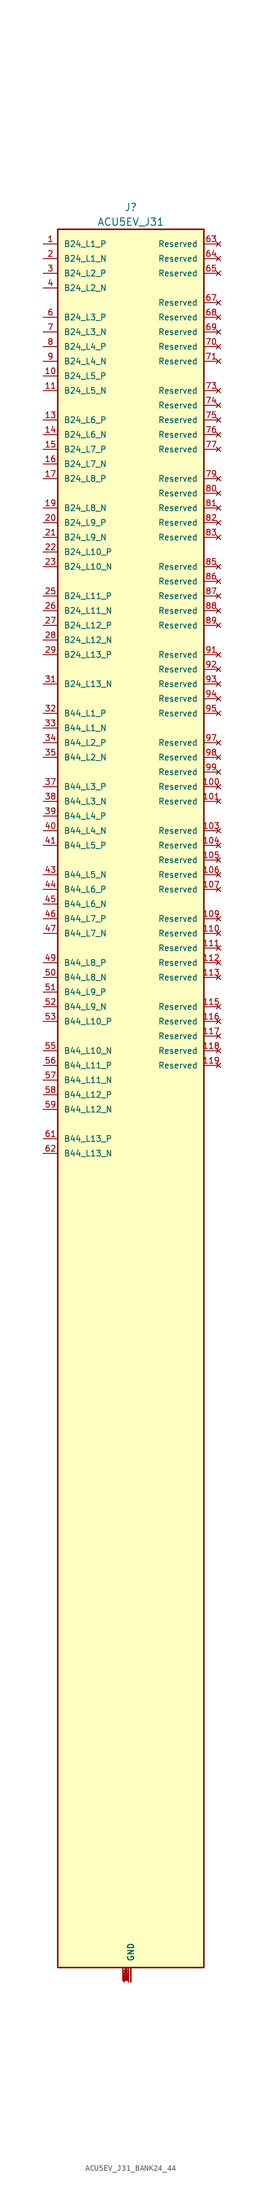
<source format=kicad_sym>
(kicad_symbol_lib
  (version 20231120)
  (generator "kicad_symbol_editor")
  (generator_version "8.0")
  (symbol "ACU5EV_J31_BANK24_44"
    (pin_names
      (offset 1.016))
    (property "Reference" "J"
      (at 0 152.4 0)
      (effects (font (size 1.27 1.27))))
    (property "Value" "ACU5EV_J31"
      (at 0 149.86 0)
      (effects (font (size 1.27 1.27))))
    (symbol "ACU5EV_J31_BANK24_44_0_1"
      (rectangle (start -12.7 148.59) (end 12.7 -152.4) (stroke (width 0.254) (type default)) (fill (type background))))
    (symbol "ACU5EV_J31_BANK24_44_1_1"
      (pin bidirectional line (at -15.24 146.05 0) (length 2.54) (name "B24_L1_P" (effects (font (size 1.016 1.016)))) (number "1" (effects (font (size 1.016 1.016)))))
      (pin bidirectional line (at -15.24 123.19 0) (length 2.54) (name "B24_L5_P" (effects (font (size 1.016 1.016)))) (number "10" (effects (font (size 1.016 1.016)))))
      (pin bidirectional line (at -15.24 120.65 0) (length 2.54) (name "B24_L5_N" (effects (font (size 1.016 1.016)))) (number "11" (effects (font (size 1.016 1.016)))))
      (pin power_in line (at 0 -154.94 90) (length 2.54) (name "GND" (effects (font (size 1.016 1.016)))) (number "12" (effects (font (size 1.016 1.016)))))
      (pin bidirectional line (at -15.24 115.57 0) (length 2.54) (name "B24_L6_P" (effects (font (size 1.016 1.016)))) (number "13" (effects (font (size 1.016 1.016)))))
      (pin bidirectional line (at -15.24 113.03 0) (length 2.54) (name "B24_L6_N" (effects (font (size 1.016 1.016)))) (number "14" (effects (font (size 1.016 1.016)))))
      (pin bidirectional line (at -15.24 110.49 0) (length 2.54) (name "B24_L7_P" (effects (font (size 1.016 1.016)))) (number "15" (effects (font (size 1.016 1.016)))))
      (pin bidirectional line (at -15.24 107.95 0) (length 2.54) (name "B24_L7_N" (effects (font (size 1.016 1.016)))) (number "16" (effects (font (size 1.016 1.016)))))
      (pin bidirectional line (at -15.24 105.41 0) (length 2.54) (name "B24_L8_P" (effects (font (size 1.016 1.016)))) (number "17" (effects (font (size 1.016 1.016)))))
      (pin power_in line (at 0 -154.94 90) (length 2.54) (name "GND" (effects (font (size 1.016 1.016)))) (number "18" (effects (font (size 1.016 1.016)))))
      (pin bidirectional line (at -15.24 100.33 0) (length 2.54) (name "B24_L8_N" (effects (font (size 1.016 1.016)))) (number "19" (effects (font (size 1.016 1.016)))))
      (pin bidirectional line (at -15.24 143.51 0) (length 2.54) (name "B24_L1_N" (effects (font (size 1.016 1.016)))) (number "2" (effects (font (size 1.016 1.016)))))
      (pin bidirectional line (at -15.24 97.79 0) (length 2.54) (name "B24_L9_P" (effects (font (size 1.016 1.016)))) (number "20" (effects (font (size 1.016 1.016)))))
      (pin bidirectional line (at -15.24 95.25 0) (length 2.54) (name "B24_L9_N" (effects (font (size 1.016 1.016)))) (number "21" (effects (font (size 1.016 1.016)))))
      (pin bidirectional line (at -15.24 92.71 0) (length 2.54) (name "B24_L10_P" (effects (font (size 1.016 1.016)))) (number "22" (effects (font (size 1.016 1.016)))))
      (pin bidirectional line (at -15.24 90.17 0) (length 2.54) (name "B24_L10_N" (effects (font (size 1.016 1.016)))) (number "23" (effects (font (size 1.016 1.016)))))
      (pin power_in line (at 0 -154.94 90) (length 2.54) (name "GND" (effects (font (size 1.016 1.016)))) (number "24" (effects (font (size 1.016 1.016)))))
      (pin bidirectional line (at -15.24 85.09 0) (length 2.54) (name "B24_L11_P" (effects (font (size 1.016 1.016)))) (number "25" (effects (font (size 1.016 1.016)))))
      (pin bidirectional line (at -15.24 82.55 0) (length 2.54) (name "B24_L11_N" (effects (font (size 1.016 1.016)))) (number "26" (effects (font (size 1.016 1.016)))))
      (pin bidirectional line (at -15.24 80.01 0) (length 2.54) (name "B24_L12_P" (effects (font (size 1.016 1.016)))) (number "27" (effects (font (size 1.016 1.016)))))
      (pin bidirectional line (at -15.24 77.47 0) (length 2.54) (name "B24_L12_N" (effects (font (size 1.016 1.016)))) (number "28" (effects (font (size 1.016 1.016)))))
      (pin bidirectional line (at -15.24 74.93 0) (length 2.54) (name "B24_L13_P" (effects (font (size 1.016 1.016)))) (number "29" (effects (font (size 1.016 1.016)))))
      (pin bidirectional line (at -15.24 140.97 0) (length 2.54) (name "B24_L2_P" (effects (font (size 1.016 1.016)))) (number "3" (effects (font (size 1.016 1.016)))))
      (pin power_in line (at 0 -154.94 90) (length 2.54) (name "GND" (effects (font (size 1.016 1.016)))) (number "30" (effects (font (size 1.016 1.016)))))
      (pin bidirectional line (at -15.24 69.85 0) (length 2.54) (name "B24_L13_N" (effects (font (size 1.016 1.016)))) (number "31" (effects (font (size 1.016 1.016)))))
      (pin bidirectional line (at -15.24 64.77 0) (length 2.54) (name "B44_L1_P" (effects (font (size 1.016 1.016)))) (number "32" (effects (font (size 1.016 1.016)))))
      (pin bidirectional line (at -15.24 62.23 0) (length 2.54) (name "B44_L1_N" (effects (font (size 1.016 1.016)))) (number "33" (effects (font (size 1.016 1.016)))))
      (pin bidirectional line (at -15.24 59.69 0) (length 2.54) (name "B44_L2_P" (effects (font (size 1.016 1.016)))) (number "34" (effects (font (size 1.016 1.016)))))
      (pin bidirectional line (at -15.24 57.15 0) (length 2.54) (name "B44_L2_N" (effects (font (size 1.016 1.016)))) (number "35" (effects (font (size 1.016 1.016)))))
      (pin power_in line (at 0 -154.94 90) (length 2.54) (name "GND" (effects (font (size 1.016 1.016)))) (number "36" (effects (font (size 1.016 1.016)))))
      (pin bidirectional line (at -15.24 52.07 0) (length 2.54) (name "B44_L3_P" (effects (font (size 1.016 1.016)))) (number "37" (effects (font (size 1.016 1.016)))))
      (pin bidirectional line (at -15.24 49.53 0) (length 2.54) (name "B44_L3_N" (effects (font (size 1.016 1.016)))) (number "38" (effects (font (size 1.016 1.016)))))
      (pin bidirectional line (at -15.24 46.99 0) (length 2.54) (name "B44_L4_P" (effects (font (size 1.016 1.016)))) (number "39" (effects (font (size 1.016 1.016)))))
      (pin bidirectional line (at -15.24 138.43 0) (length 2.54) (name "B24_L2_N" (effects (font (size 1.016 1.016)))) (number "4" (effects (font (size 1.016 1.016)))))
      (pin bidirectional line (at -15.24 44.45 0) (length 2.54) (name "B44_L4_N" (effects (font (size 1.016 1.016)))) (number "40" (effects (font (size 1.016 1.016)))))
      (pin bidirectional line (at -15.24 41.91 0) (length 2.54) (name "B44_L5_P" (effects (font (size 1.016 1.016)))) (number "41" (effects (font (size 1.016 1.016)))))
      (pin power_in line (at 0 -154.94 90) (length 2.54) (name "GND" (effects (font (size 1.016 1.016)))) (number "42" (effects (font (size 1.016 1.016)))))
      (pin bidirectional line (at -15.24 36.83 0) (length 2.54) (name "B44_L5_N" (effects (font (size 1.016 1.016)))) (number "43" (effects (font (size 1.016 1.016)))))
      (pin bidirectional line (at -15.24 34.29 0) (length 2.54) (name "B44_L6_P" (effects (font (size 1.016 1.016)))) (number "44" (effects (font (size 1.016 1.016)))))
      (pin bidirectional line (at -15.24 31.75 0) (length 2.54) (name "B44_L6_N" (effects (font (size 1.016 1.016)))) (number "45" (effects (font (size 1.016 1.016)))))
      (pin bidirectional line (at -15.24 29.21 0) (length 2.54) (name "B44_L7_P" (effects (font (size 1.016 1.016)))) (number "46" (effects (font (size 1.016 1.016)))))
      (pin bidirectional line (at -15.24 26.67 0) (length 2.54) (name "B44_L7_N" (effects (font (size 1.016 1.016)))) (number "47" (effects (font (size 1.016 1.016)))))
      (pin power_in line (at 0 -154.94 90) (length 2.54) (name "GND" (effects (font (size 1.016 1.016)))) (number "48" (effects (font (size 1.016 1.016)))))
      (pin bidirectional line (at -15.24 21.59 0) (length 2.54) (name "B44_L8_P" (effects (font (size 1.016 1.016)))) (number "49" (effects (font (size 1.016 1.016)))))
      (pin power_in line (at 0 -154.94 90) (length 2.54) (name "GND" (effects (font (size 1.016 1.016)))) (number "5" (effects (font (size 1.016 1.016)))))
      (pin bidirectional line (at -15.24 19.05 0) (length 2.54) (name "B44_L8_N" (effects (font (size 1.016 1.016)))) (number "50" (effects (font (size 1.016 1.016)))))
      (pin bidirectional line (at -15.24 16.51 0) (length 2.54) (name "B44_L9_P" (effects (font (size 1.016 1.016)))) (number "51" (effects (font (size 1.016 1.016)))))
      (pin bidirectional line (at -15.24 13.97 0) (length 2.54) (name "B44_L9_N" (effects (font (size 1.016 1.016)))) (number "52" (effects (font (size 1.016 1.016)))))
      (pin bidirectional line (at -15.24 11.43 0) (length 2.54) (name "B44_L10_P" (effects (font (size 1.016 1.016)))) (number "53" (effects (font (size 1.016 1.016)))))
      (pin power_in line (at 0 -154.94 90) (length 2.54) (name "GND" (effects (font (size 1.016 1.016)))) (number "54" (effects (font (size 1.016 1.016)))))
      (pin bidirectional line (at -15.24 6.35 0) (length 2.54) (name "B44_L10_N" (effects (font (size 1.016 1.016)))) (number "55" (effects (font (size 1.016 1.016)))))
      (pin bidirectional line (at -15.24 3.81 0) (length 2.54) (name "B44_L11_P" (effects (font (size 1.016 1.016)))) (number "56" (effects (font (size 1.016 1.016)))))
      (pin bidirectional line (at -15.24 1.27 0) (length 2.54) (name "B44_L11_N" (effects (font (size 1.016 1.016)))) (number "57" (effects (font (size 1.016 1.016)))))
      (pin bidirectional line (at -15.24 -1.27 0) (length 2.54) (name "B44_L12_P" (effects (font (size 1.016 1.016)))) (number "58" (effects (font (size 1.016 1.016)))))
      (pin bidirectional line (at -15.24 -3.81 0) (length 2.54) (name "B44_L12_N" (effects (font (size 1.016 1.016)))) (number "59" (effects (font (size 1.016 1.016)))))
      (pin bidirectional line (at -15.24 133.35 0) (length 2.54) (name "B24_L3_P" (effects (font (size 1.016 1.016)))) (number "6" (effects (font (size 1.016 1.016)))))
      (pin power_in line (at 0 -154.94 90) (length 2.54) (name "GND" (effects (font (size 1.016 1.016)))) (number "60" (effects (font (size 1.016 1.016)))))
      (pin bidirectional line (at -15.24 -8.89 0) (length 2.54) (name "B44_L13_P" (effects (font (size 1.016 1.016)))) (number "61" (effects (font (size 1.016 1.016)))))
      (pin bidirectional line (at -15.24 -11.43 0) (length 2.54) (name "B44_L13_N" (effects (font (size 1.016 1.016)))) (number "62" (effects (font (size 1.016 1.016)))))
      (pin no_connect line (at 15.24 146.05 180) (length 2.54) (name "Reserved" (effects (font (size 1.016 1.016)))) (number "63" (effects (font (size 1.016 1.016)))))
      (pin no_connect line (at 15.24 143.51 180) (length 2.54) (name "Reserved" (effects (font (size 1.016 1.016)))) (number "64" (effects (font (size 1.016 1.016)))))
      (pin no_connect line (at 15.24 140.97 180) (length 2.54) (name "Reserved" (effects (font (size 1.016 1.016)))) (number "65" (effects (font (size 1.016 1.016)))))
      (pin power_in line (at 0 -154.94 90) (length 2.54) (name "GND" (effects (font (size 1.016 1.016)))) (number "66" (effects (font (size 1.016 1.016)))))
      (pin no_connect line (at 15.24 135.89 180) (length 2.54) (name "Reserved" (effects (font (size 1.016 1.016)))) (number "67" (effects (font (size 1.016 1.016)))))
      (pin no_connect line (at 15.24 133.35 180) (length 2.54) (name "Reserved" (effects (font (size 1.016 1.016)))) (number "68" (effects (font (size 1.016 1.016)))))
      (pin no_connect line (at 15.24 130.81 180) (length 2.54) (name "Reserved" (effects (font (size 1.016 1.016)))) (number "69" (effects (font (size 1.016 1.016)))))
      (pin bidirectional line (at -15.24 130.81 0) (length 2.54) (name "B24_L3_N" (effects (font (size 1.016 1.016)))) (number "7" (effects (font (size 1.016 1.016)))))
      (pin no_connect line (at 15.24 128.27 180) (length 2.54) (name "Reserved" (effects (font (size 1.016 1.016)))) (number "70" (effects (font (size 1.016 1.016)))))
      (pin no_connect line (at 15.24 125.73 180) (length 2.54) (name "Reserved" (effects (font (size 1.016 1.016)))) (number "71" (effects (font (size 1.016 1.016)))))
      (pin power_in line (at 0 -154.94 90) (length 2.54) (name "GND" (effects (font (size 1.016 1.016)))) (number "72" (effects (font (size 1.016 1.016)))))
      (pin no_connect line (at 15.24 120.65 180) (length 2.54) (name "Reserved" (effects (font (size 1.016 1.016)))) (number "73" (effects (font (size 1.016 1.016)))))
      (pin no_connect line (at 15.24 118.11 180) (length 2.54) (name "Reserved" (effects (font (size 1.016 1.016)))) (number "74" (effects (font (size 1.016 1.016)))))
      (pin no_connect line (at 15.24 115.57 180) (length 2.54) (name "Reserved" (effects (font (size 1.016 1.016)))) (number "75" (effects (font (size 1.016 1.016)))))
      (pin no_connect line (at 15.24 113.03 180) (length 2.54) (name "Reserved" (effects (font (size 1.016 1.016)))) (number "76" (effects (font (size 1.016 1.016)))))
      (pin no_connect line (at 15.24 110.49 180) (length 2.54) (name "Reserved" (effects (font (size 1.016 1.016)))) (number "77" (effects (font (size 1.016 1.016)))))
      (pin power_in line (at 0 -154.94 90) (length 2.54) (name "GND" (effects (font (size 1.016 1.016)))) (number "78" (effects (font (size 1.016 1.016)))))
      (pin no_connect line (at 15.24 105.41 180) (length 2.54) (name "Reserved" (effects (font (size 1.016 1.016)))) (number "79" (effects (font (size 1.016 1.016)))))
      (pin bidirectional line (at -15.24 128.27 0) (length 2.54) (name "B24_L4_P" (effects (font (size 1.016 1.016)))) (number "8" (effects (font (size 1.016 1.016)))))
      (pin no_connect line (at 15.24 102.87 180) (length 2.54) (name "Reserved" (effects (font (size 1.016 1.016)))) (number "80" (effects (font (size 1.016 1.016)))))
      (pin no_connect line (at 15.24 100.33 180) (length 2.54) (name "Reserved" (effects (font (size 1.016 1.016)))) (number "81" (effects (font (size 1.016 1.016)))))
      (pin no_connect line (at 15.24 97.79 180) (length 2.54) (name "Reserved" (effects (font (size 1.016 1.016)))) (number "82" (effects (font (size 1.016 1.016)))))
      (pin no_connect line (at 15.24 95.25 180) (length 2.54) (name "Reserved" (effects (font (size 1.016 1.016)))) (number "83" (effects (font (size 1.016 1.016)))))
      (pin power_in line (at 0 -154.94 90) (length 2.54) (name "GND" (effects (font (size 1.016 1.016)))) (number "84" (effects (font (size 1.016 1.016)))))
      (pin no_connect line (at 15.24 90.17 180) (length 2.54) (name "Reserved" (effects (font (size 1.016 1.016)))) (number "85" (effects (font (size 1.016 1.016)))))
      (pin no_connect line (at 15.24 87.63 180) (length 2.54) (name "Reserved" (effects (font (size 1.016 1.016)))) (number "86" (effects (font (size 1.016 1.016)))))
      (pin no_connect line (at 15.24 85.09 180) (length 2.54) (name "Reserved" (effects (font (size 1.016 1.016)))) (number "87" (effects (font (size 1.016 1.016)))))
      (pin no_connect line (at 15.24 82.55 180) (length 2.54) (name "Reserved" (effects (font (size 1.016 1.016)))) (number "88" (effects (font (size 1.016 1.016)))))
      (pin no_connect line (at 15.24 80.01 180) (length 2.54) (name "Reserved" (effects (font (size 1.016 1.016)))) (number "89" (effects (font (size 1.016 1.016)))))
      (pin bidirectional line (at -15.24 125.73 0) (length 2.54) (name "B24_L4_N" (effects (font (size 1.016 1.016)))) (number "9" (effects (font (size 1.016 1.016)))))
      (pin power_in line (at 0 -154.94 90) (length 2.54) (name "GND" (effects (font (size 1.016 1.016)))) (number "90" (effects (font (size 1.016 1.016)))))
      (pin no_connect line (at 15.24 74.93 180) (length 2.54) (name "Reserved" (effects (font (size 1.016 1.016)))) (number "91" (effects (font (size 1.016 1.016)))))
      (pin no_connect line (at 15.24 72.39 180) (length 2.54) (name "Reserved" (effects (font (size 1.016 1.016)))) (number "92" (effects (font (size 1.016 1.016)))))
      (pin no_connect line (at 15.24 69.85 180) (length 2.54) (name "Reserved" (effects (font (size 1.016 1.016)))) (number "93" (effects (font (size 1.016 1.016)))))
      (pin no_connect line (at 15.24 67.31 180) (length 2.54) (name "Reserved" (effects (font (size 1.016 1.016)))) (number "94" (effects (font (size 1.016 1.016)))))
      (pin no_connect line (at 15.24 64.77 180) (length 2.54) (name "Reserved" (effects (font (size 1.016 1.016)))) (number "95" (effects (font (size 1.016 1.016)))))
      (pin power_in line (at 0 -154.94 90) (length 2.54) (name "GND" (effects (font (size 1.016 1.016)))) (number "96" (effects (font (size 1.016 1.016)))))
      (pin no_connect line (at 15.24 59.69 180) (length 2.54) (name "Reserved" (effects (font (size 1.016 1.016)))) (number "97" (effects (font (size 1.016 1.016)))))
      (pin no_connect line (at 15.24 57.15 180) (length 2.54) (name "Reserved" (effects (font (size 1.016 1.016)))) (number "98" (effects (font (size 1.016 1.016)))))
      (pin no_connect line (at 15.24 54.61 180) (length 2.54) (name "Reserved" (effects (font (size 1.016 1.016)))) (number "99" (effects (font (size 1.016 1.016)))))
      (pin no_connect line (at 15.24 52.07 180) (length 2.54) (name "Reserved" (effects (font (size 1.016 1.016)))) (number "100" (effects (font (size 1.016 1.016)))))
      (pin no_connect line (at 15.24 49.53 180) (length 2.54) (name "Reserved" (effects (font (size 1.016 1.016)))) (number "101" (effects (font (size 1.016 1.016)))))
      (pin power_in line (at 0 -154.94 90) (length 2.54) (name "GND" (effects (font (size 1.016 1.016)))) (number "102" (effects (font (size 1.016 1.016)))))
      (pin no_connect line (at 15.24 44.45 180) (length 2.54) (name "Reserved" (effects (font (size 1.016 1.016)))) (number "103" (effects (font (size 1.016 1.016)))))
      (pin no_connect line (at 15.24 41.91 180) (length 2.54) (name "Reserved" (effects (font (size 1.016 1.016)))) (number "104" (effects (font (size 1.016 1.016)))))
      (pin no_connect line (at 15.24 39.37 180) (length 2.54) (name "Reserved" (effects (font (size 1.016 1.016)))) (number "105" (effects (font (size 1.016 1.016)))))
      (pin no_connect line (at 15.24 36.83 180) (length 2.54) (name "Reserved" (effects (font (size 1.016 1.016)))) (number "106" (effects (font (size 1.016 1.016)))))
      (pin no_connect line (at 15.24 34.29 180) (length 2.54) (name "Reserved" (effects (font (size 1.016 1.016)))) (number "107" (effects (font (size 1.016 1.016)))))
      (pin power_in line (at 0 -154.94 90) (length 2.54) (name "GND" (effects (font (size 1.016 1.016)))) (number "108" (effects (font (size 1.016 1.016)))))
      (pin no_connect line (at 15.24 29.21 180) (length 2.54) (name "Reserved" (effects (font (size 1.016 1.016)))) (number "109" (effects (font (size 1.016 1.016)))))
      (pin no_connect line (at 15.24 26.67 180) (length 2.54) (name "Reserved" (effects (font (size 1.016 1.016)))) (number "110" (effects (font (size 1.016 1.016)))))
      (pin no_connect line (at 15.24 24.13 180) (length 2.54) (name "Reserved" (effects (font (size 1.016 1.016)))) (number "111" (effects (font (size 1.016 1.016)))))
      (pin no_connect line (at 15.24 21.59 180) (length 2.54) (name "Reserved" (effects (font (size 1.016 1.016)))) (number "112" (effects (font (size 1.016 1.016)))))
      (pin no_connect line (at 15.24 19.05 180) (length 2.54) (name "Reserved" (effects (font (size 1.016 1.016)))) (number "113" (effects (font (size 1.016 1.016)))))
      (pin power_in line (at 0 -154.94 90) (length 2.54) (name "GND" (effects (font (size 1.016 1.016)))) (number "114" (effects (font (size 1.016 1.016)))))
      (pin no_connect line (at 15.24 13.97 180) (length 2.54) (name "Reserved" (effects (font (size 1.016 1.016)))) (number "115" (effects (font (size 1.016 1.016)))))
      (pin no_connect line (at 15.24 11.43 180) (length 2.54) (name "Reserved" (effects (font (size 1.016 1.016)))) (number "116" (effects (font (size 1.016 1.016)))))
      (pin no_connect line (at 15.24 8.89 180) (length 2.54) (name "Reserved" (effects (font (size 1.016 1.016)))) (number "117" (effects (font (size 1.016 1.016)))))
      (pin no_connect line (at 15.24 6.35 180) (length 2.54) (name "Reserved" (effects (font (size 1.016 1.016)))) (number "118" (effects (font (size 1.016 1.016)))))
      (pin no_connect line (at 15.24 3.81 180) (length 2.54) (name "Reserved" (effects (font (size 1.016 1.016)))) (number "119" (effects (font (size 1.016 1.016)))))
      (pin power_in line (at 0 -154.94 90) (length 2.54) (name "GND" (effects (font (size 1.016 1.016)))) (number "120" (effects (font (size 1.016 1.016))))))))
</source>
